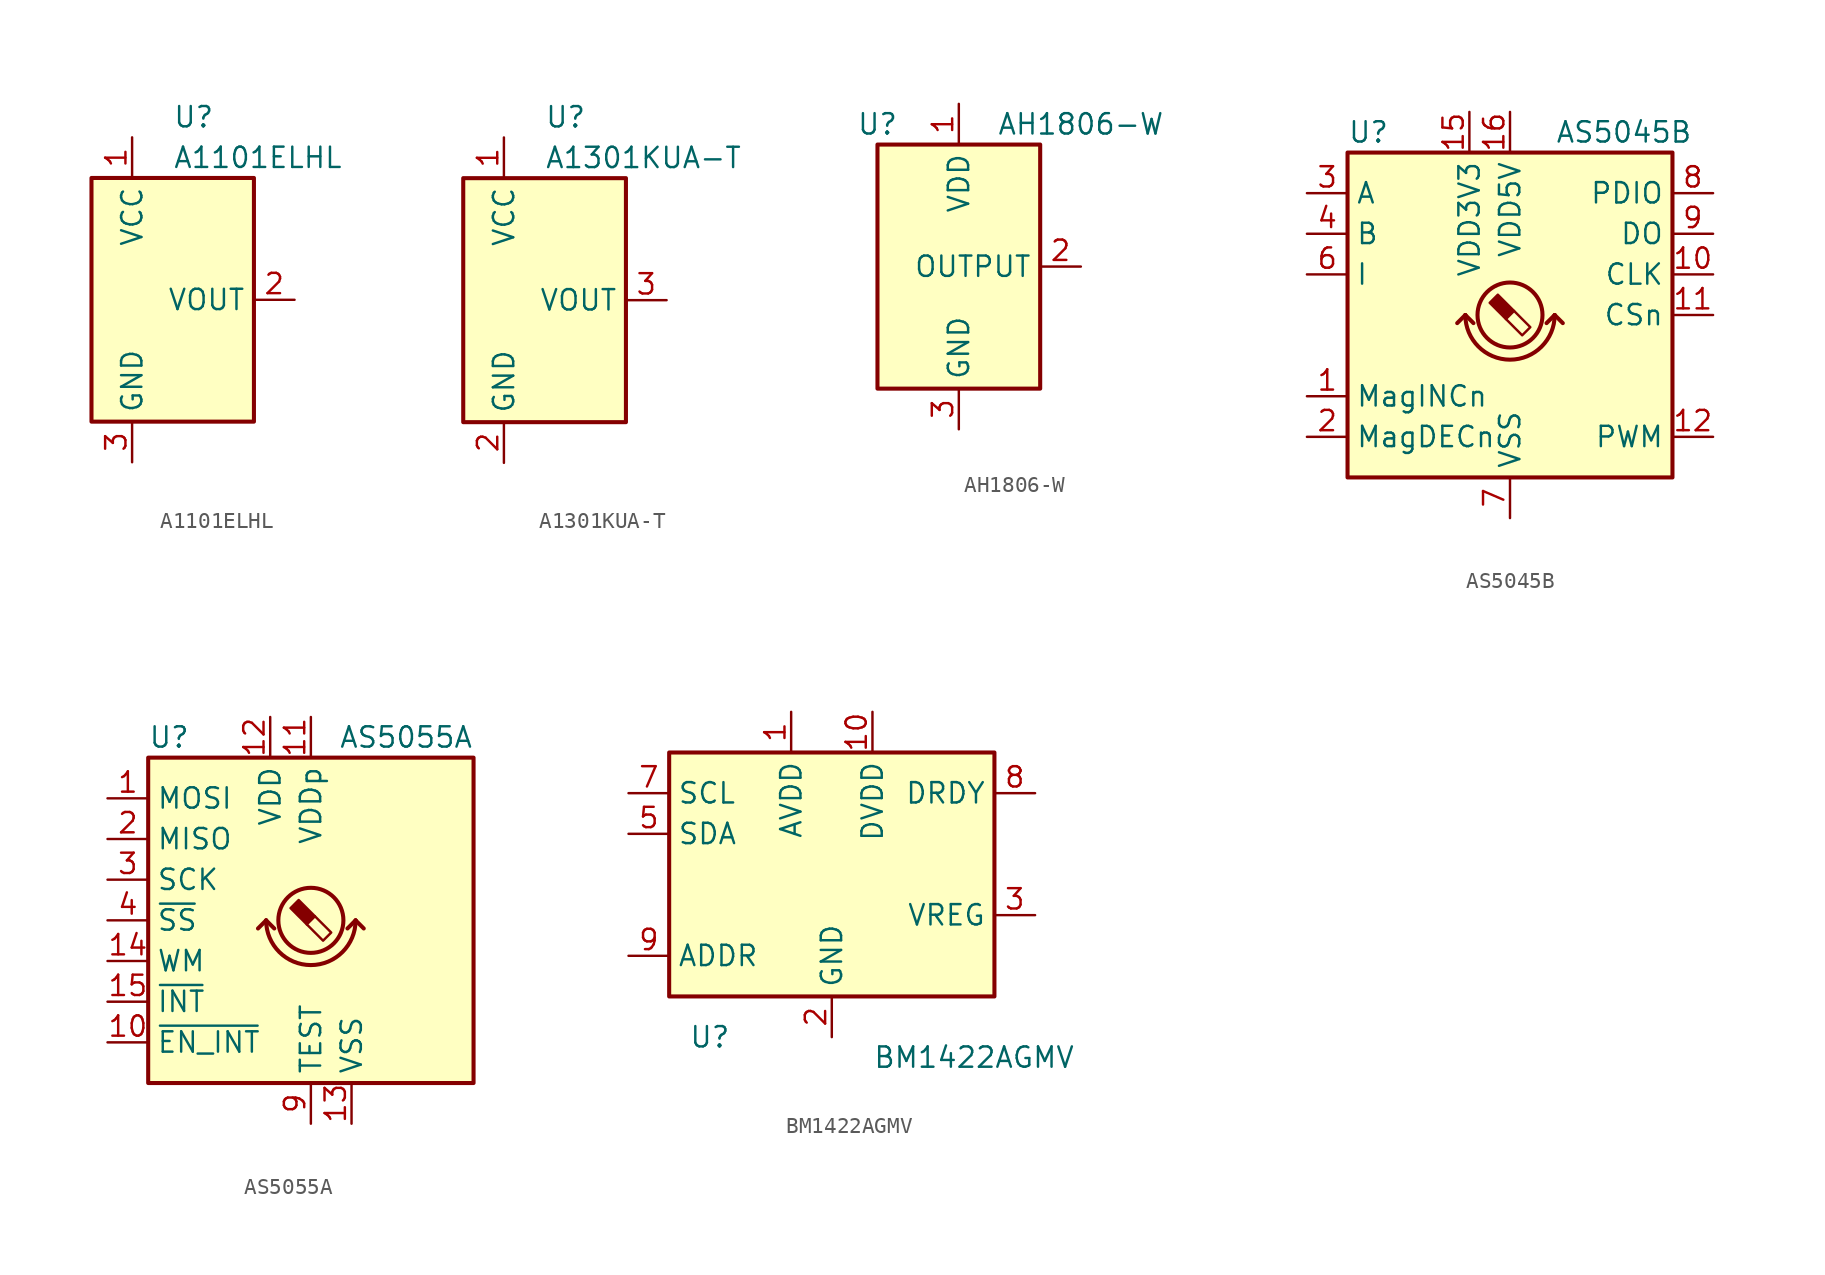
<source format=kicad_sym>
(kicad_symbol_lib
  (version 20220914)
  (generator kicad_symbol_editor)
  (symbol "A1101ELHL"
    (property "Reference" "U"
      (at 0 11.43 0)
      (effects (font (size 1.27 1.27)) (justify left)))
    (property "Value" "A1101ELHL"
      (at 0 8.89 0)
      (effects (font (size 1.27 1.27)) (justify left)))
    (symbol "A1101ELHL_0_1"
      (rectangle (start -5.08 7.62) (end 5.08 -7.62) (stroke (width 0.254) (type default)) (fill (type background))))
    (symbol "A1101ELHL_1_1"
      (pin power_in line (at -2.54 10.16 270) (length 2.54) (name "VCC" (effects (font (size 1.27 1.27)))) (number "1" (effects (font (size 1.27 1.27)))))
      (pin open_collector line (at 7.62 0 180) (length 2.54) (name "VOUT" (effects (font (size 1.27 1.27)))) (number "2" (effects (font (size 1.27 1.27)))))
      (pin power_in line (at -2.54 -10.16 90) (length 2.54) (name "GND" (effects (font (size 1.27 1.27)))) (number "3" (effects (font (size 1.27 1.27)))))))
  (symbol "A1301KUA-T"
    (property "Reference" "U"
      (at 0 11.43 0)
      (effects (font (size 1.27 1.27)) (justify left)))
    (property "Value" "A1301KUA-T"
      (at 0 8.89 0)
      (effects (font (size 1.27 1.27)) (justify left)))
    (symbol "A1301KUA-T_0_1"
      (rectangle (start -5.08 7.62) (end 5.08 -7.62) (stroke (width 0.254) (type default)) (fill (type background))))
    (symbol "A1301KUA-T_1_1"
      (pin power_in line (at -2.54 10.16 270) (length 2.54) (name "VCC" (effects (font (size 1.27 1.27)))) (number "1" (effects (font (size 1.27 1.27)))))
      (pin power_in line (at -2.54 -10.16 90) (length 2.54) (name "GND" (effects (font (size 1.27 1.27)))) (number "2" (effects (font (size 1.27 1.27)))))
      (pin output line (at 7.62 0 180) (length 2.54) (name "VOUT" (effects (font (size 1.27 1.27)))) (number "3" (effects (font (size 1.27 1.27)))))))
  (symbol "AH1806-W"
    (property "Reference" "U"
      (at -5.08 8.89 0)
      (effects (font (size 1.27 1.27))))
    (property "Value" "AH1806-W"
      (at 7.62 8.89 0)
      (effects (font (size 1.27 1.27))))
    (symbol "AH1806-W_0_1"
      (rectangle (start 5.08 7.62) (end -5.08 -7.62) (stroke (width 0.254) (type default)) (fill (type background))))
    (symbol "AH1806-W_1_1"
      (pin power_in line (at 0 10.16 270) (length 2.54) (name "VDD" (effects (font (size 1.27 1.27)))) (number "1" (effects (font (size 1.27 1.27)))))
      (pin open_collector line (at 7.62 0 180) (length 2.54) (name "OUTPUT" (effects (font (size 1.27 1.27)))) (number "2" (effects (font (size 1.27 1.27)))))
      (pin power_in line (at 0 -10.16 90) (length 2.54) (name "GND" (effects (font (size 1.27 1.27)))) (number "3" (effects (font (size 1.27 1.27)))))))
  (symbol "AS5045B"
    (property "Reference" "U"
      (at -10.16 11.43 0)
      (effects (font (size 1.27 1.27)) (justify left)))
    (property "Value" "AS5045B"
      (at 11.43 11.43 0)
      (effects (font (size 1.27 1.27)) (justify right)))
    (symbol "AS5045B_0_1"
      (rectangle (start -10.16 10.16) (end 10.16 -10.16) (stroke (width 0.254) (type default)) (fill (type background)))
      (arc (start -2.794 0) (mid 0 -2.7819) (end 2.794 0) (stroke (width 0.254) (type default)) (fill (type none)))
      (polyline (pts (xy -2.794 0) (xy -3.302 -0.508)) (stroke (width 0.254) (type default)) (fill (type none)))
      (polyline (pts (xy -2.794 0) (xy -2.286 -0.508)) (stroke (width 0.254) (type default)) (fill (type none)))
      (polyline (pts (xy 2.794 0) (xy 2.286 -0.508)) (stroke (width 0.254) (type default)) (fill (type none)))
      (polyline (pts (xy 2.794 0) (xy 3.302 -0.508)) (stroke (width 0.254) (type default)) (fill (type none)))
      (polyline (pts (xy 0.254 0.254) (xy 1.27 -0.762) (xy 0.762 -1.27) (xy -0.254 -0.254)) (stroke (width 0) (type default)) (fill (type none)))
      (polyline (pts (xy -0.762 1.27) (xy 0.254 0.254) (xy -0.254 -0.254) (xy -1.27 0.762) (xy -1.016 1.016) (xy -0.762 1.27) (xy -0.635 1.143)) (stroke (width 0) (type default)) (fill (type outline)))
      (circle (center 0 0) (radius 2.032) (stroke (width 0.254) (type default)) (fill (type none))))
    (symbol "AS5045B_1_1"
      (pin open_collector line (at -12.7 -5.08 0) (length 2.54) (name "MagINCn" (effects (font (size 1.27 1.27)))) (number "1" (effects (font (size 1.27 1.27)))))
      (pin input line (at 12.7 2.54 180) (length 2.54) (name "CLK" (effects (font (size 1.27 1.27)))) (number "10" (effects (font (size 1.27 1.27)))))
      (pin input line (at 12.7 0 180) (length 2.54) (name "CSn" (effects (font (size 1.27 1.27)))) (number "11" (effects (font (size 1.27 1.27)))))
      (pin output line (at 12.7 -7.62 180) (length 2.54) (name "PWM" (effects (font (size 1.27 1.27)))) (number "12" (effects (font (size 1.27 1.27)))))
      (pin no_connect line (at 10.16 -5.08 180) (length 2.54) hide (name "NC" (effects (font (size 1.27 1.27)))) (number "13" (effects (font (size 1.27 1.27)))))
      (pin no_connect line (at 2.54 -10.16 90) (length 2.54) hide (name "NC" (effects (font (size 1.27 1.27)))) (number "14" (effects (font (size 1.27 1.27)))))
      (pin power_in line (at -2.54 12.7 270) (length 2.54) (name "VDD3V3" (effects (font (size 1.27 1.27)))) (number "15" (effects (font (size 1.27 1.27)))))
      (pin power_in line (at 0 12.7 270) (length 2.54) (name "VDD5V" (effects (font (size 1.27 1.27)))) (number "16" (effects (font (size 1.27 1.27)))))
      (pin open_collector line (at -12.7 -7.62 0) (length 2.54) (name "MagDECn" (effects (font (size 1.27 1.27)))) (number "2" (effects (font (size 1.27 1.27)))))
      (pin output line (at -12.7 7.62 0) (length 2.54) (name "A" (effects (font (size 1.27 1.27)))) (number "3" (effects (font (size 1.27 1.27)))))
      (pin output line (at -12.7 5.08 0) (length 2.54) (name "B" (effects (font (size 1.27 1.27)))) (number "4" (effects (font (size 1.27 1.27)))))
      (pin no_connect line (at 10.16 -2.54 180) (length 2.54) hide (name "NC" (effects (font (size 1.27 1.27)))) (number "5" (effects (font (size 1.27 1.27)))))
      (pin output line (at -12.7 2.54 0) (length 2.54) (name "I" (effects (font (size 1.27 1.27)))) (number "6" (effects (font (size 1.27 1.27)))))
      (pin power_in line (at 0 -12.7 90) (length 2.54) (name "VSS" (effects (font (size 1.27 1.27)))) (number "7" (effects (font (size 1.27 1.27)))))
      (pin input line (at 12.7 7.62 180) (length 2.54) (name "PDIO" (effects (font (size 1.27 1.27)))) (number "8" (effects (font (size 1.27 1.27)))))
      (pin output line (at 12.7 5.08 180) (length 2.54) (name "DO" (effects (font (size 1.27 1.27)))) (number "9" (effects (font (size 1.27 1.27)))))))
  (symbol "AS5055A"
    (property "Reference" "U"
      (at -10.16 11.43 0)
      (effects (font (size 1.27 1.27)) (justify left)))
    (property "Value" "AS5055A"
      (at 10.16 11.43 0)
      (effects (font (size 1.27 1.27)) (justify right)))
    (symbol "AS5055A_0_1"
      (rectangle (start -10.16 10.16) (end 10.16 -10.16) (stroke (width 0.254) (type default)) (fill (type background)))
      (arc (start -2.794 0) (mid 0 -2.7819) (end 2.794 0) (stroke (width 0.254) (type default)) (fill (type none)))
      (polyline (pts (xy -2.794 0) (xy -3.302 -0.508)) (stroke (width 0.254) (type default)) (fill (type none)))
      (polyline (pts (xy -2.794 0) (xy -2.286 -0.508)) (stroke (width 0.254) (type default)) (fill (type none)))
      (polyline (pts (xy 2.794 0) (xy 2.286 -0.508)) (stroke (width 0.254) (type default)) (fill (type none)))
      (polyline (pts (xy 2.794 0) (xy 3.302 -0.508)) (stroke (width 0.254) (type default)) (fill (type none))))
    (symbol "AS5055A_1_1"
      (polyline (pts (xy 0.254 0.254) (xy 1.27 -0.762) (xy 0.762 -1.27) (xy -0.254 -0.254)) (stroke (width 0) (type default)) (fill (type none)))
      (polyline (pts (xy -0.762 1.27) (xy 0.254 0.254) (xy -0.254 -0.254) (xy -1.27 0.762) (xy -1.016 1.016) (xy -0.762 1.27) (xy -0.635 1.143)) (stroke (width 0) (type default)) (fill (type outline)))
      (circle (center 0 0) (radius 2.032) (stroke (width 0.254) (type default)) (fill (type none)))
      (pin input line (at -12.7 7.62 0) (length 2.54) (name "MOSI" (effects (font (size 1.27 1.27)))) (number "1" (effects (font (size 1.27 1.27)))))
      (pin input line (at -12.7 -7.62 0) (length 2.54) (name "~{EN_INT}" (effects (font (size 1.27 1.27)))) (number "10" (effects (font (size 1.27 1.27)))))
      (pin power_in line (at 0 12.7 270) (length 2.54) (name "VDDp" (effects (font (size 1.27 1.27)))) (number "11" (effects (font (size 1.27 1.27)))))
      (pin power_in line (at -2.54 12.7 270) (length 2.54) (name "VDD" (effects (font (size 1.27 1.27)))) (number "12" (effects (font (size 1.27 1.27)))))
      (pin power_in line (at 2.54 -12.7 90) (length 2.54) (name "VSS" (effects (font (size 1.27 1.27)))) (number "13" (effects (font (size 1.27 1.27)))))
      (pin input line (at -12.7 -2.54 0) (length 2.54) (name "WM" (effects (font (size 1.27 1.27)))) (number "14" (effects (font (size 1.27 1.27)))))
      (pin output line (at -12.7 -5.08 0) (length 2.54) (name "~{INT}" (effects (font (size 1.27 1.27)))) (number "15" (effects (font (size 1.27 1.27)))))
      (pin no_connect line (at 5.08 -10.16 90) (length 2.54) hide (name "NC" (effects (font (size 1.27 1.27)))) (number "16" (effects (font (size 1.27 1.27)))))
      (pin no_connect line (at 7.62 -10.16 90) (length 2.54) hide (name "NC" (effects (font (size 1.27 1.27)))) (number "17" (effects (font (size 1.27 1.27)))))
      (pin output line (at -12.7 5.08 0) (length 2.54) (name "MISO" (effects (font (size 1.27 1.27)))) (number "2" (effects (font (size 1.27 1.27)))))
      (pin input line (at -12.7 2.54 0) (length 2.54) (name "SCK" (effects (font (size 1.27 1.27)))) (number "3" (effects (font (size 1.27 1.27)))))
      (pin input line (at -12.7 0 0) (length 2.54) (name "~{SS}" (effects (font (size 1.27 1.27)))) (number "4" (effects (font (size 1.27 1.27)))))
      (pin no_connect line (at 10.16 7.62 180) (length 2.54) hide (name "NC" (effects (font (size 1.27 1.27)))) (number "5" (effects (font (size 1.27 1.27)))))
      (pin no_connect line (at 10.16 5.08 180) (length 2.54) hide (name "NC" (effects (font (size 1.27 1.27)))) (number "6" (effects (font (size 1.27 1.27)))))
      (pin no_connect line (at 10.16 2.54 180) (length 2.54) hide (name "NC" (effects (font (size 1.27 1.27)))) (number "7" (effects (font (size 1.27 1.27)))))
      (pin no_connect line (at 10.16 0 180) (length 2.54) hide (name "NC" (effects (font (size 1.27 1.27)))) (number "8" (effects (font (size 1.27 1.27)))))
      (pin passive line (at 0 -12.7 90) (length 2.54) (name "TEST" (effects (font (size 1.27 1.27)))) (number "9" (effects (font (size 1.27 1.27)))))))
  (symbol "BM1422AGMV"
    (property "Reference" "U"
      (at -7.62 -10.16 0)
      (effects (font (size 1.27 1.27))))
    (property "Value" "BM1422AGMV"
      (at 8.89 -11.43 0)
      (effects (font (size 1.27 1.27))))
    (symbol "BM1422AGMV_0_1"
      (rectangle (start -10.16 7.62) (end 10.16 -7.62) (stroke (width 0.254) (type default) (color 0 0 0 0)) (fill (type background))))
    (symbol "BM1422AGMV_1_1"
      (pin power_in line (at -2.54 10.16 270) (length 2.54) (name "AVDD" (effects (font (size 1.27 1.27)))) (number "1" (effects (font (size 1.27 1.27)))))
      (pin power_in line (at 2.54 10.16 270) (length 2.54) (name "DVDD" (effects (font (size 1.27 1.27)))) (number "10" (effects (font (size 1.27 1.27)))))
      (pin power_in line (at 0 -10.16 90) (length 2.54) (name "GND" (effects (font (size 1.27 1.27)))) (number "2" (effects (font (size 1.27 1.27)))))
      (pin passive line (at 12.7 -2.54 180) (length 2.54) (name "VREG" (effects (font (size 1.27 1.27)))) (number "3" (effects (font (size 1.27 1.27)))))
      (pin no_connect line (at 12.7 2.54 180) (length 2.54) hide (name "TEST1" (effects (font (size 1.27 1.27)))) (number "4" (effects (font (size 1.27 1.27)))))
      (pin bidirectional line (at -12.7 2.54 0) (length 2.54) (name "SDA" (effects (font (size 1.27 1.27)))) (number "5" (effects (font (size 1.27 1.27)))))
      (pin no_connect line (at 12.7 0 180) (length 2.54) hide (name "TEST2" (effects (font (size 1.27 1.27)))) (number "6" (effects (font (size 1.27 1.27)))))
      (pin input line (at -12.7 5.08 0) (length 2.54) (name "SCL" (effects (font (size 1.27 1.27)))) (number "7" (effects (font (size 1.27 1.27)))))
      (pin output line (at 12.7 5.08 180) (length 2.54) (name "DRDY" (effects (font (size 1.27 1.27)))) (number "8" (effects (font (size 1.27 1.27)))))
      (pin input line (at -12.7 -5.08 0) (length 2.54) (name "ADDR" (effects (font (size 1.27 1.27)))) (number "9" (effects (font (size 1.27 1.27))))))))
</source>
